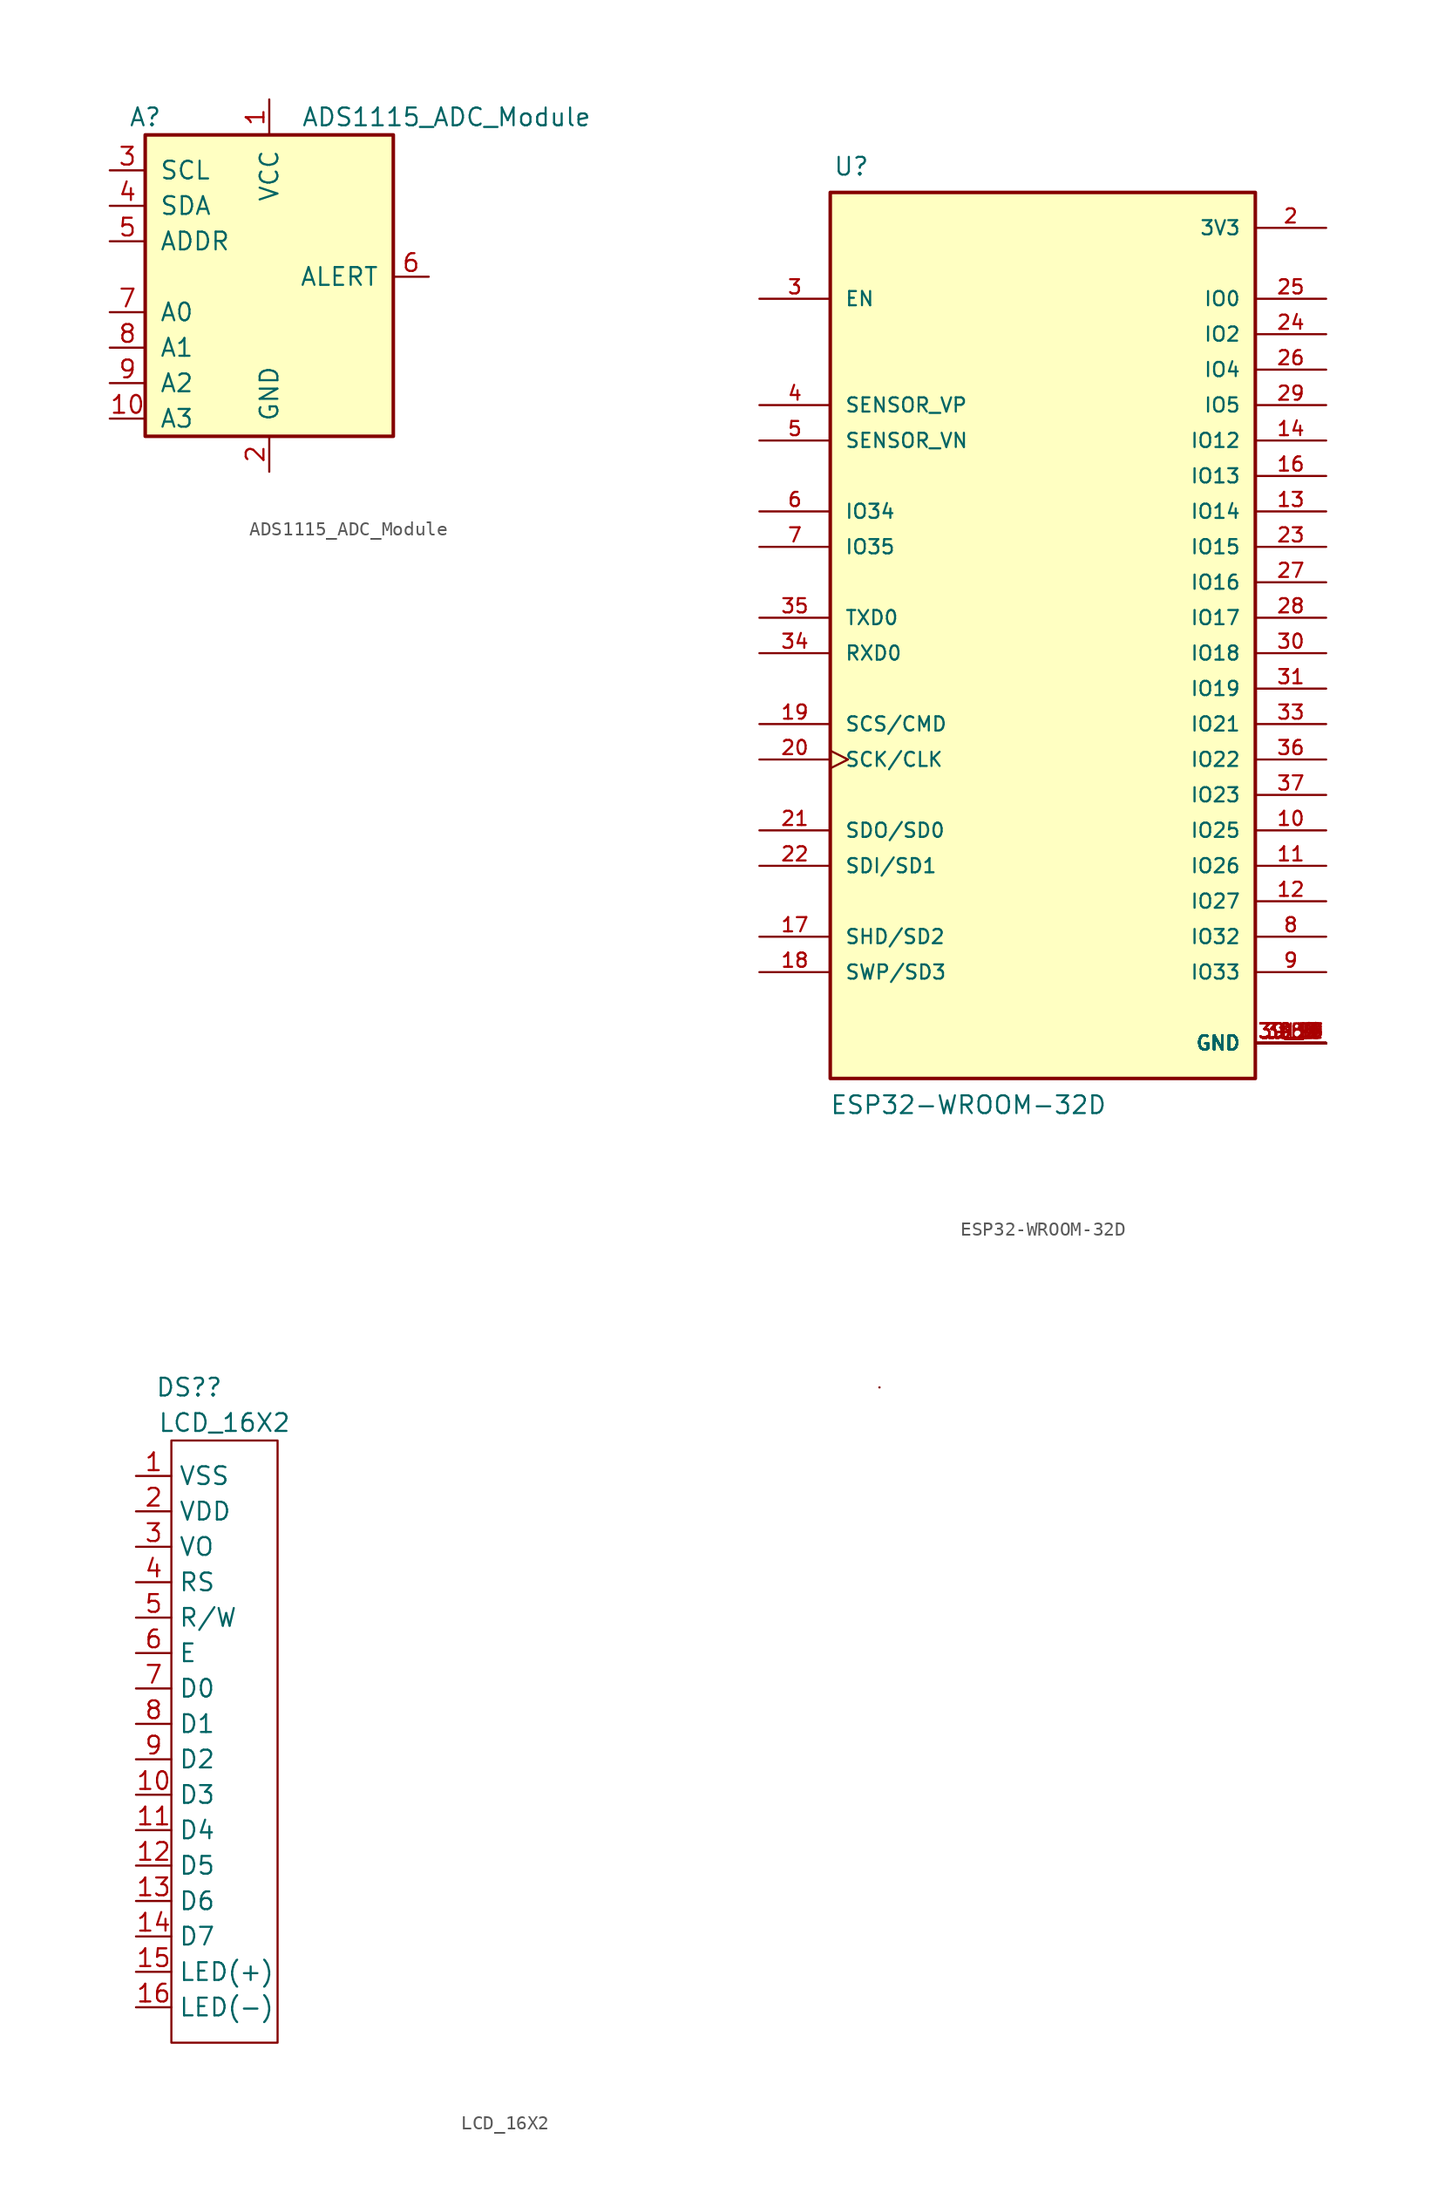
<source format=kicad_sym>
(kicad_symbol_lib
  (version 20211014)
  (generator kicad_symbol_editor)
  (symbol "ADS1115_ADC_Module"
    (pin_names
      (offset 1.016))
    (property "Reference" "A"
      (at -8.89 11.43 0)
      (effects (font (size 1.27 1.27))))
    (property "Value" "ADS1115_ADC_Module"
      (at 12.7 11.43 0)
      (effects (font (size 1.27 1.27))))
    (symbol "ADS1115_ADC_Module_0_1"
      (rectangle (start -8.89 10.16) (end 8.89 -11.43) (stroke (width 0.254) (type default) (color 0 0 0 0)) (fill (type background))))
    (symbol "ADS1115_ADC_Module_1_1"
      (pin power_in line (at 0 12.7 270) (length 2.54) (name "VCC" (effects (font (size 1.27 1.27)))) (number "1" (effects (font (size 1.27 1.27)))))
      (pin input line (at -11.43 -10.16 0) (length 2.54) (name "A3" (effects (font (size 1.27 1.27)))) (number "10" (effects (font (size 1.27 1.27)))))
      (pin power_in line (at 0 -13.97 90) (length 2.54) (name "GND" (effects (font (size 1.27 1.27)))) (number "2" (effects (font (size 1.27 1.27)))))
      (pin input line (at -11.43 7.62 0) (length 2.54) (name "SCL" (effects (font (size 1.27 1.27)))) (number "3" (effects (font (size 1.27 1.27)))))
      (pin bidirectional line (at -11.43 5.08 0) (length 2.54) (name "SDA" (effects (font (size 1.27 1.27)))) (number "4" (effects (font (size 1.27 1.27)))))
      (pin input line (at -11.43 2.54 0) (length 2.54) (name "ADDR" (effects (font (size 1.27 1.27)))) (number "5" (effects (font (size 1.27 1.27)))))
      (pin output line (at 11.43 0 180) (length 2.54) (name "ALERT" (effects (font (size 1.27 1.27)))) (number "6" (effects (font (size 1.27 1.27)))))
      (pin input line (at -11.43 -2.54 0) (length 2.54) (name "A0" (effects (font (size 1.27 1.27)))) (number "7" (effects (font (size 1.27 1.27)))))
      (pin input line (at -11.43 -5.08 0) (length 2.54) (name "A1" (effects (font (size 1.27 1.27)))) (number "8" (effects (font (size 1.27 1.27)))))
      (pin input line (at -11.43 -7.62 0) (length 2.54) (name "A2" (effects (font (size 1.27 1.27)))) (number "9" (effects (font (size 1.27 1.27)))))))
  (symbol "ESP32-WROOM-32D"
    (pin_names
      (offset 1.016))
    (property "Reference" "U"
      (at -15.037 31.598 0)
      (effects (font (size 1.27 1.27)) (justify left bottom)))
    (property "Value" "ESP32-WROOM-32D"
      (at -15.291 -35.662 0)
      (effects (font (size 1.27 1.27)) (justify left bottom)))
    (property "ki_locked" ""
      (at 0 0 0)
      (effects (font (size 1.27 1.27))))
    (symbol "ESP32-WROOM-32D_0_0"
      (rectangle (start -15.24 -33.02) (end 15.24 30.48) (stroke (width 0.254) (type default) (color 0 0 0 0)) (fill (type background)))
      (pin power_in line (at 20.32 -30.48 180) (length 5.08) (name "GND" (effects (font (size 1.016 1.016)))) (number "1" (effects (font (size 1.016 1.016)))))
      (pin bidirectional line (at 20.32 -15.24 180) (length 5.08) (name "IO25" (effects (font (size 1.016 1.016)))) (number "10" (effects (font (size 1.016 1.016)))))
      (pin bidirectional line (at 20.32 -17.78 180) (length 5.08) (name "IO26" (effects (font (size 1.016 1.016)))) (number "11" (effects (font (size 1.016 1.016)))))
      (pin bidirectional line (at 20.32 -20.32 180) (length 5.08) (name "IO27" (effects (font (size 1.016 1.016)))) (number "12" (effects (font (size 1.016 1.016)))))
      (pin bidirectional line (at 20.32 7.62 180) (length 5.08) (name "IO14" (effects (font (size 1.016 1.016)))) (number "13" (effects (font (size 1.016 1.016)))))
      (pin bidirectional line (at 20.32 12.7 180) (length 5.08) (name "IO12" (effects (font (size 1.016 1.016)))) (number "14" (effects (font (size 1.016 1.016)))))
      (pin power_in line (at 20.32 -30.48 180) (length 5.08) (name "GND" (effects (font (size 1.016 1.016)))) (number "15" (effects (font (size 1.016 1.016)))))
      (pin bidirectional line (at 20.32 10.16 180) (length 5.08) (name "IO13" (effects (font (size 1.016 1.016)))) (number "16" (effects (font (size 1.016 1.016)))))
      (pin bidirectional line (at -20.32 -22.86 0) (length 5.08) (name "SHD/SD2" (effects (font (size 1.016 1.016)))) (number "17" (effects (font (size 1.016 1.016)))))
      (pin bidirectional line (at -20.32 -25.4 0) (length 5.08) (name "SWP/SD3" (effects (font (size 1.016 1.016)))) (number "18" (effects (font (size 1.016 1.016)))))
      (pin bidirectional line (at -20.32 -7.62 0) (length 5.08) (name "SCS/CMD" (effects (font (size 1.016 1.016)))) (number "19" (effects (font (size 1.016 1.016)))))
      (pin power_in line (at 20.32 27.94 180) (length 5.08) (name "3V3" (effects (font (size 1.016 1.016)))) (number "2" (effects (font (size 1.016 1.016)))))
      (pin bidirectional clock (at -20.32 -10.16 0) (length 5.08) (name "SCK/CLK" (effects (font (size 1.016 1.016)))) (number "20" (effects (font (size 1.016 1.016)))))
      (pin bidirectional line (at -20.32 -15.24 0) (length 5.08) (name "SDO/SD0" (effects (font (size 1.016 1.016)))) (number "21" (effects (font (size 1.016 1.016)))))
      (pin bidirectional line (at -20.32 -17.78 0) (length 5.08) (name "SDI/SD1" (effects (font (size 1.016 1.016)))) (number "22" (effects (font (size 1.016 1.016)))))
      (pin bidirectional line (at 20.32 5.08 180) (length 5.08) (name "IO15" (effects (font (size 1.016 1.016)))) (number "23" (effects (font (size 1.016 1.016)))))
      (pin bidirectional line (at 20.32 20.32 180) (length 5.08) (name "IO2" (effects (font (size 1.016 1.016)))) (number "24" (effects (font (size 1.016 1.016)))))
      (pin bidirectional line (at 20.32 22.86 180) (length 5.08) (name "IO0" (effects (font (size 1.016 1.016)))) (number "25" (effects (font (size 1.016 1.016)))))
      (pin bidirectional line (at 20.32 17.78 180) (length 5.08) (name "IO4" (effects (font (size 1.016 1.016)))) (number "26" (effects (font (size 1.016 1.016)))))
      (pin bidirectional line (at 20.32 2.54 180) (length 5.08) (name "IO16" (effects (font (size 1.016 1.016)))) (number "27" (effects (font (size 1.016 1.016)))))
      (pin bidirectional line (at 20.32 0 180) (length 5.08) (name "IO17" (effects (font (size 1.016 1.016)))) (number "28" (effects (font (size 1.016 1.016)))))
      (pin bidirectional line (at 20.32 15.24 180) (length 5.08) (name "IO5" (effects (font (size 1.016 1.016)))) (number "29" (effects (font (size 1.016 1.016)))))
      (pin input line (at -20.32 22.86 0) (length 5.08) (name "EN" (effects (font (size 1.016 1.016)))) (number "3" (effects (font (size 1.016 1.016)))))
      (pin bidirectional line (at 20.32 -2.54 180) (length 5.08) (name "IO18" (effects (font (size 1.016 1.016)))) (number "30" (effects (font (size 1.016 1.016)))))
      (pin bidirectional line (at 20.32 -5.08 180) (length 5.08) (name "IO19" (effects (font (size 1.016 1.016)))) (number "31" (effects (font (size 1.016 1.016)))))
      (pin bidirectional line (at 20.32 -7.62 180) (length 5.08) (name "IO21" (effects (font (size 1.016 1.016)))) (number "33" (effects (font (size 1.016 1.016)))))
      (pin bidirectional line (at -20.32 -2.54 0) (length 5.08) (name "RXD0" (effects (font (size 1.016 1.016)))) (number "34" (effects (font (size 1.016 1.016)))))
      (pin bidirectional line (at -20.32 0 0) (length 5.08) (name "TXD0" (effects (font (size 1.016 1.016)))) (number "35" (effects (font (size 1.016 1.016)))))
      (pin bidirectional line (at 20.32 -10.16 180) (length 5.08) (name "IO22" (effects (font (size 1.016 1.016)))) (number "36" (effects (font (size 1.016 1.016)))))
      (pin bidirectional line (at 20.32 -12.7 180) (length 5.08) (name "IO23" (effects (font (size 1.016 1.016)))) (number "37" (effects (font (size 1.016 1.016)))))
      (pin power_in line (at 20.32 -30.48 180) (length 5.08) (name "GND" (effects (font (size 1.016 1.016)))) (number "38" (effects (font (size 1.016 1.016)))))
      (pin power_in line (at 20.32 -30.48 180) (length 5.08) (name "GND" (effects (font (size 1.016 1.016)))) (number "39_1" (effects (font (size 1.016 1.016)))))
      (pin power_in line (at 20.32 -30.48 180) (length 5.08) (name "GND" (effects (font (size 1.016 1.016)))) (number "39_10" (effects (font (size 1.016 1.016)))))
      (pin power_in line (at 20.32 -30.48 180) (length 5.08) (name "GND" (effects (font (size 1.016 1.016)))) (number "39_11" (effects (font (size 1.016 1.016)))))
      (pin power_in line (at 20.32 -30.48 180) (length 5.08) (name "GND" (effects (font (size 1.016 1.016)))) (number "39_12" (effects (font (size 1.016 1.016)))))
      (pin power_in line (at 20.32 -30.48 180) (length 5.08) (name "GND" (effects (font (size 1.016 1.016)))) (number "39_13" (effects (font (size 1.016 1.016)))))
      (pin power_in line (at 20.32 -30.48 180) (length 5.08) (name "GND" (effects (font (size 1.016 1.016)))) (number "39_14" (effects (font (size 1.016 1.016)))))
      (pin power_in line (at 20.32 -30.48 180) (length 5.08) (name "GND" (effects (font (size 1.016 1.016)))) (number "39_15" (effects (font (size 1.016 1.016)))))
      (pin power_in line (at 20.32 -30.48 180) (length 5.08) (name "GND" (effects (font (size 1.016 1.016)))) (number "39_16" (effects (font (size 1.016 1.016)))))
      (pin power_in line (at 20.32 -30.48 180) (length 5.08) (name "GND" (effects (font (size 1.016 1.016)))) (number "39_17" (effects (font (size 1.016 1.016)))))
      (pin power_in line (at 20.32 -30.48 180) (length 5.08) (name "GND" (effects (font (size 1.016 1.016)))) (number "39_18" (effects (font (size 1.016 1.016)))))
      (pin power_in line (at 20.32 -30.48 180) (length 5.08) (name "GND" (effects (font (size 1.016 1.016)))) (number "39_19" (effects (font (size 1.016 1.016)))))
      (pin power_in line (at 20.32 -30.48 180) (length 5.08) (name "GND" (effects (font (size 1.016 1.016)))) (number "39_2" (effects (font (size 1.016 1.016)))))
      (pin power_in line (at 20.32 -30.48 180) (length 5.08) (name "GND" (effects (font (size 1.016 1.016)))) (number "39_20" (effects (font (size 1.016 1.016)))))
      (pin power_in line (at 20.32 -30.48 180) (length 5.08) (name "GND" (effects (font (size 1.016 1.016)))) (number "39_21" (effects (font (size 1.016 1.016)))))
      (pin power_in line (at 20.32 -30.48 180) (length 5.08) (name "GND" (effects (font (size 1.016 1.016)))) (number "39_3" (effects (font (size 1.016 1.016)))))
      (pin power_in line (at 20.32 -30.48 180) (length 5.08) (name "GND" (effects (font (size 1.016 1.016)))) (number "39_4" (effects (font (size 1.016 1.016)))))
      (pin power_in line (at 20.32 -30.48 180) (length 5.08) (name "GND" (effects (font (size 1.016 1.016)))) (number "39_5" (effects (font (size 1.016 1.016)))))
      (pin power_in line (at 20.32 -30.48 180) (length 5.08) (name "GND" (effects (font (size 1.016 1.016)))) (number "39_6" (effects (font (size 1.016 1.016)))))
      (pin power_in line (at 20.32 -30.48 180) (length 5.08) (name "GND" (effects (font (size 1.016 1.016)))) (number "39_7" (effects (font (size 1.016 1.016)))))
      (pin power_in line (at 20.32 -30.48 180) (length 5.08) (name "GND" (effects (font (size 1.016 1.016)))) (number "39_8" (effects (font (size 1.016 1.016)))))
      (pin power_in line (at 20.32 -30.48 180) (length 5.08) (name "GND" (effects (font (size 1.016 1.016)))) (number "39_9" (effects (font (size 1.016 1.016)))))
      (pin input line (at -20.32 15.24 0) (length 5.08) (name "SENSOR_VP" (effects (font (size 1.016 1.016)))) (number "4" (effects (font (size 1.016 1.016)))))
      (pin input line (at -20.32 12.7 0) (length 5.08) (name "SENSOR_VN" (effects (font (size 1.016 1.016)))) (number "5" (effects (font (size 1.016 1.016)))))
      (pin input line (at -20.32 7.62 0) (length 5.08) (name "IO34" (effects (font (size 1.016 1.016)))) (number "6" (effects (font (size 1.016 1.016)))))
      (pin input line (at -20.32 5.08 0) (length 5.08) (name "IO35" (effects (font (size 1.016 1.016)))) (number "7" (effects (font (size 1.016 1.016)))))
      (pin bidirectional line (at 20.32 -22.86 180) (length 5.08) (name "IO32" (effects (font (size 1.016 1.016)))) (number "8" (effects (font (size 1.016 1.016)))))
      (pin bidirectional line (at 20.32 -25.4 180) (length 5.08) (name "IO33" (effects (font (size 1.016 1.016)))) (number "9" (effects (font (size 1.016 1.016)))))))
  (symbol "LCD_16X2"
    (property "Reference" "DS?"
      (at -2.54 8.89 0)
      (effects (font (size 1.27 1.27))))
    (property "Value" "LCD_16X2"
      (at 0 6.35 0)
      (effects (font (size 1.27 1.27))))
    (symbol "LCD_16X2_0_1"
      (rectangle (start -3.81 5.08) (end 3.81 -38.1) (stroke (width 0) (type default) (color 0 0 0 0)) (fill (type none)))
      (rectangle (start 46.99 8.89) (end 46.99 8.89) (stroke (width 0) (type default) (color 0 0 0 0)) (fill (type none)))
      (rectangle (start 46.99 8.89) (end 46.99 8.89) (stroke (width 0) (type default) (color 0 0 0 0)) (fill (type background))))
    (symbol "LCD_16X2_1_1"
      (pin input line (at -6.35 2.54 0) (length 2.54) (name "VSS" (effects (font (size 1.27 1.27)))) (number "1" (effects (font (size 1.27 1.27)))))
      (pin input line (at -6.35 -20.32 0) (length 2.54) (name "D3" (effects (font (size 1.27 1.27)))) (number "10" (effects (font (size 1.27 1.27)))))
      (pin input line (at -6.35 -22.86 0) (length 2.54) (name "D4" (effects (font (size 1.27 1.27)))) (number "11" (effects (font (size 1.27 1.27)))))
      (pin input line (at -6.35 -25.4 0) (length 2.54) (name "D5" (effects (font (size 1.27 1.27)))) (number "12" (effects (font (size 1.27 1.27)))))
      (pin input line (at -6.35 -27.94 0) (length 2.54) (name "D6" (effects (font (size 1.27 1.27)))) (number "13" (effects (font (size 1.27 1.27)))))
      (pin input line (at -6.35 -30.48 0) (length 2.54) (name "D7" (effects (font (size 1.27 1.27)))) (number "14" (effects (font (size 1.27 1.27)))))
      (pin input line (at -6.35 -33.02 0) (length 2.54) (name "LED(+)" (effects (font (size 1.27 1.27)))) (number "15" (effects (font (size 1.27 1.27)))))
      (pin input line (at -6.35 -35.56 0) (length 2.54) (name "LED(-)" (effects (font (size 1.27 1.27)))) (number "16" (effects (font (size 1.27 1.27)))))
      (pin input line (at -6.35 0 0) (length 2.54) (name "VDD" (effects (font (size 1.27 1.27)))) (number "2" (effects (font (size 1.27 1.27)))))
      (pin input line (at -6.35 -2.54 0) (length 2.54) (name "VO" (effects (font (size 1.27 1.27)))) (number "3" (effects (font (size 1.27 1.27)))))
      (pin input line (at -6.35 -5.08 0) (length 2.54) (name "RS" (effects (font (size 1.27 1.27)))) (number "4" (effects (font (size 1.27 1.27)))))
      (pin input line (at -6.35 -7.62 0) (length 2.54) (name "R/W" (effects (font (size 1.27 1.27)))) (number "5" (effects (font (size 1.27 1.27)))))
      (pin input line (at -6.35 -10.16 0) (length 2.54) (name "E" (effects (font (size 1.27 1.27)))) (number "6" (effects (font (size 1.27 1.27)))))
      (pin input line (at -6.35 -12.7 0) (length 2.54) (name "D0" (effects (font (size 1.27 1.27)))) (number "7" (effects (font (size 1.27 1.27)))))
      (pin input line (at -6.35 -15.24 0) (length 2.54) (name "D1" (effects (font (size 1.27 1.27)))) (number "8" (effects (font (size 1.27 1.27)))))
      (pin input line (at -6.35 -17.78 0) (length 2.54) (name "D2" (effects (font (size 1.27 1.27)))) (number "9" (effects (font (size 1.27 1.27))))))))
</source>
